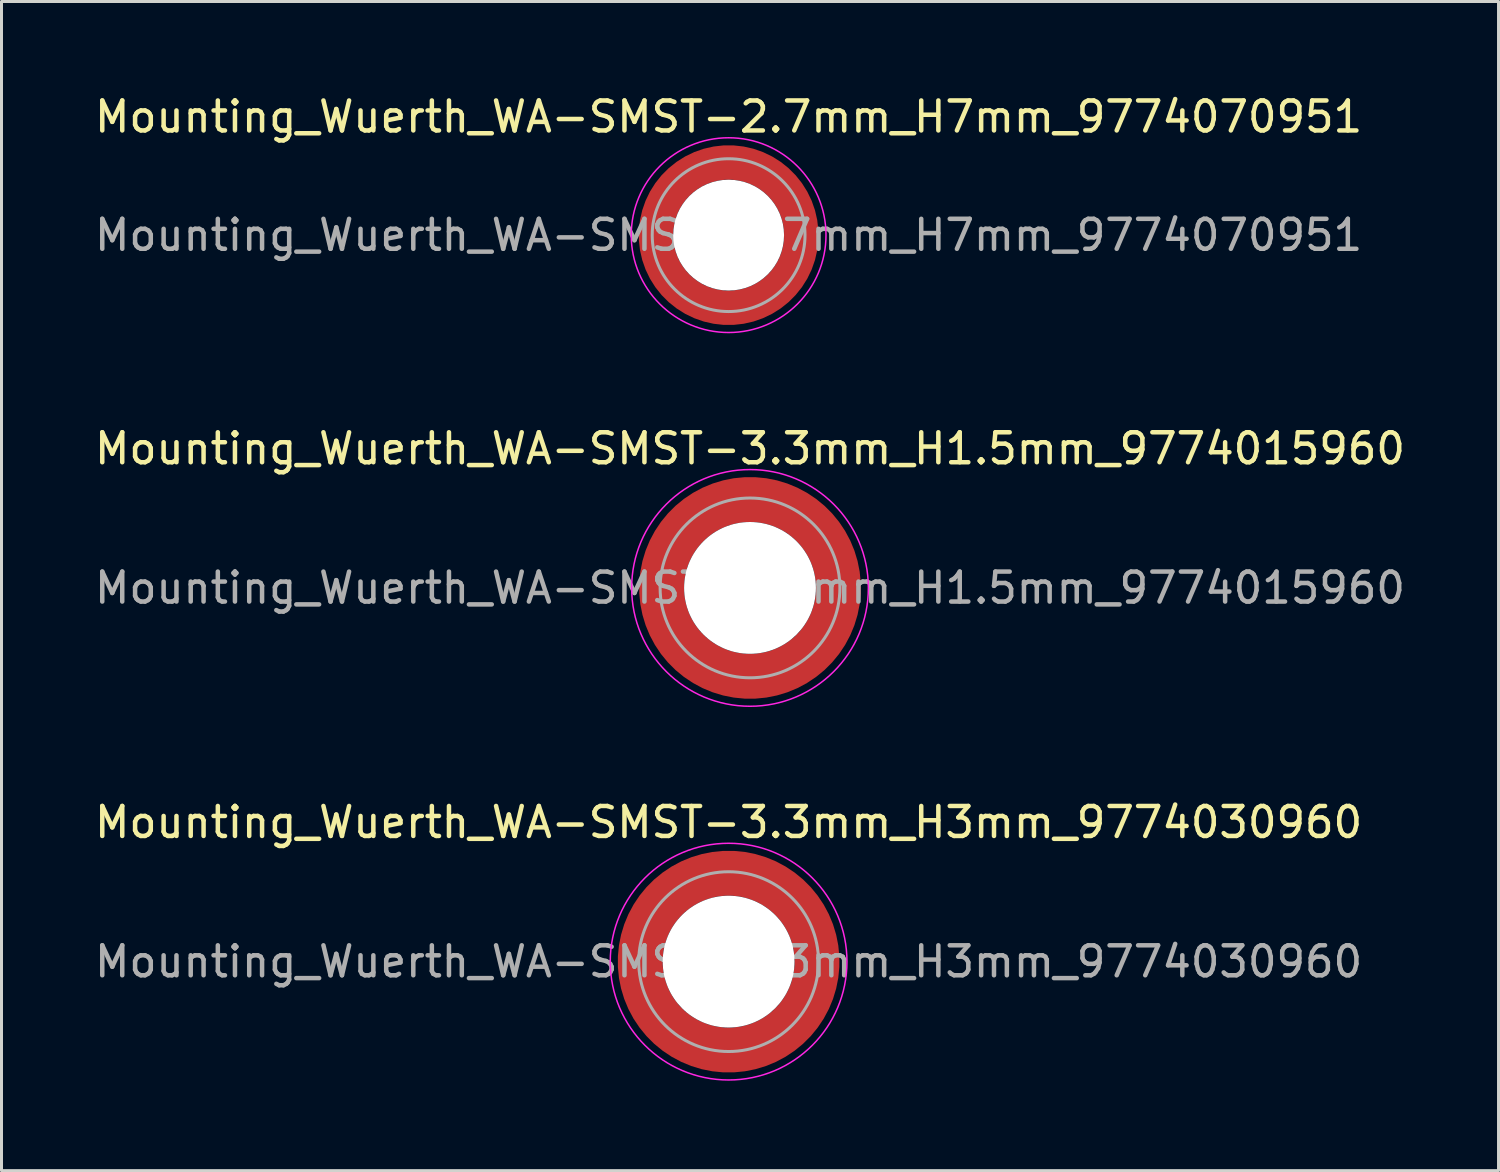
<source format=kicad_pcb>
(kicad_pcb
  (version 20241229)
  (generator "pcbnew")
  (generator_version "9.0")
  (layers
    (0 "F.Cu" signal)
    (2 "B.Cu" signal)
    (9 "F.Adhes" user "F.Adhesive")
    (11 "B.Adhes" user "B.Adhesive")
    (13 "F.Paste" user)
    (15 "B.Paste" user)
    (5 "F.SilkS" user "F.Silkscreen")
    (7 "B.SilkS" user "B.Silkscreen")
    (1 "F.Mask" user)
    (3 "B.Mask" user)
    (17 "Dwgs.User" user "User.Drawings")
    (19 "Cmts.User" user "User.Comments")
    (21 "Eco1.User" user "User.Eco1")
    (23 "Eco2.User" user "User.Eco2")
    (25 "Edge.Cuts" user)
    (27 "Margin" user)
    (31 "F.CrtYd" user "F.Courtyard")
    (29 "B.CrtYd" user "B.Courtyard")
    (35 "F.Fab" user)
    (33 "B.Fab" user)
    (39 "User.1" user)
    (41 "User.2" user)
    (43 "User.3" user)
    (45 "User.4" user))
  (footprint "Mounting_Wuerth_WA-SMST-3.3mm_H3mm_9774030960"
    (layer "F.Cu")
    (at 21.268 29.045)
    (property "Reference" "Mounting_Wuerth_WA-SMST-3.3mm_H3mm_9774030960" (at 0 -4.65 0) (layer "F.SilkS") (effects (font (size 1 1) (thickness 0.15))))
    (attr smd allow_soldermask_bridges)
    (fp_circle (center 0 0) (end 3.95 0) (stroke (width 0.05) (type solid)) (fill no) (layer "F.CrtYd"))
    (fp_circle (center 0 0) (end 3 0) (stroke (width 0.1) (type solid)) (fill no) (layer "F.Fab"))
    (fp_text user "${REFERENCE}" (at 0 0 0) (layer "F.Fab") (effects (font (size 1 1) (thickness 0.15))))
    (pad "" smd custom (at -2.058 -2.058) (size 0.55 0.55) (layers "F.Paste") (options (anchor circle)) (primitives (gr_arc (start -0.377294 1.707681) (mid 0.318198 0.318198) (end 1.707681 -0.377294) (width 0.2)) (gr_arc (start -0.478281 1.707681) (mid 0.247487 0.247487) (end 1.707681 -0.478281) (width 0.2)) (gr_arc (start -0.579192 1.707681) (mid 0.176777 0.176777) (end 1.707681 -0.579192) (width 0.2)) (gr_arc (start -0.680037 1.707681) (mid 0.106066 0.106066) (end 1.707681 -0.680037) (width 0.2)) (gr_arc (start -0.780822 1.707681) (mid 0.035355 0.035355) (end 1.707681 -0.780822) (width 0.2)) (gr_arc (start -0.881554 1.707681) (mid -0.035355 -0.035355) (end 1.707681 -0.881554) (width 0.2)) (gr_arc (start -0.982237 1.707681) (mid -0.106066 -0.106066) (end 1.707681 -0.982237) (width 0.2)) (gr_arc (start -1.082877 1.707681) (mid -0.176777 -0.176777) (end 1.707681 -1.082877) (width 0.2)) (gr_arc (start -1.183476 1.707681) (mid -0.247487 -0.247487) (end 1.707681 -1.183476) (width 0.2)) (gr_arc (start -1.28404 1.707681) (mid -0.318198 -0.318198) (end 1.707681 -1.28404) (width 0.2)) (gr_line (start 1.708 -0.377) (end 1.708 -1.284) (width 0.2)) (gr_line (start -0.377 1.708) (end -1.284 1.708) (width 0.2))))
    (pad "" smd custom (at -2.058 2.058) (size 0.55 0.55) (layers "F.Paste") (options (anchor circle)) (primitives (gr_arc (start 1.707681 0.377294) (mid 0.318198 -0.318198) (end -0.377294 -1.707681) (width 0.2)) (gr_arc (start 1.707681 0.478281) (mid 0.247487 -0.247487) (end -0.478281 -1.707681) (width 0.2)) (gr_arc (start 1.707681 0.579192) (mid 0.176777 -0.176777) (end -0.579192 -1.707681) (width 0.2)) (gr_arc (start 1.707681 0.680037) (mid 0.106066 -0.106066) (end -0.680037 -1.707681) (width 0.2)) (gr_arc (start 1.707681 0.780822) (mid 0.035355 -0.035355) (end -0.780822 -1.707681) (width 0.2)) (gr_arc (start 1.707681 0.881554) (mid -0.035355 0.035355) (end -0.881554 -1.707681) (width 0.2)) (gr_arc (start 1.707681 0.982237) (mid -0.106066 0.106066) (end -0.982237 -1.707681) (width 0.2)) (gr_arc (start 1.707681 1.082877) (mid -0.176777 0.176777) (end -1.082877 -1.707681) (width 0.2)) (gr_arc (start 1.707681 1.183476) (mid -0.247487 0.247487) (end -1.183476 -1.707681) (width 0.2)) (gr_arc (start 1.707681 1.28404) (mid -0.318198 0.318198) (end -1.28404 -1.707681) (width 0.2)) (gr_line (start -0.377 -1.708) (end -1.284 -1.708) (width 0.2)) (gr_line (start 1.708 0.377) (end 1.708 1.284) (width 0.2))))
    (pad "" np_thru_hole circle (at 0 0) (size 4.4 4.4) (drill 4.4) (layers "*.Cu" "*.Mask"))
    (pad "" smd custom (at 2.058 -2.058) (size 0.55 0.55) (layers "F.Paste") (options (anchor circle)) (primitives (gr_arc (start -1.707681 -0.377294) (mid -0.318198 0.318198) (end 0.377294 1.707681) (width 0.2)) (gr_arc (start -1.707681 -0.478281) (mid -0.247487 0.247487) (end 0.478281 1.707681) (width 0.2)) (gr_arc (start -1.707681 -0.579192) (mid -0.176777 0.176777) (end 0.579192 1.707681) (width 0.2)) (gr_arc (start -1.707681 -0.680037) (mid -0.106066 0.106066) (end 0.680037 1.707681) (width 0.2)) (gr_arc (start -1.707681 -0.780822) (mid -0.035355 0.035355) (end 0.780822 1.707681) (width 0.2)) (gr_arc (start -1.707681 -0.881554) (mid 0.035355 -0.035355) (end 0.881554 1.707681) (width 0.2)) (gr_arc (start -1.707681 -0.982237) (mid 0.106066 -0.106066) (end 0.982237 1.707681) (width 0.2)) (gr_arc (start -1.707681 -1.082877) (mid 0.176777 -0.176777) (end 1.082877 1.707681) (width 0.2)) (gr_arc (start -1.707681 -1.183476) (mid 0.247487 -0.247487) (end 1.183476 1.707681) (width 0.2)) (gr_arc (start -1.707681 -1.28404) (mid 0.318198 -0.318198) (end 1.28404 1.707681) (width 0.2)) (gr_line (start 0.377 1.708) (end 1.284 1.708) (width 0.2)) (gr_line (start -1.708 -0.377) (end -1.708 -1.284) (width 0.2))))
    (pad "" smd custom (at 2.058 2.058) (size 0.55 0.55) (layers "F.Paste") (options (anchor circle)) (primitives (gr_arc (start 0.377294 -1.707681) (mid -0.318198 -0.318198) (end -1.707681 0.377294) (width 0.2)) (gr_arc (start 0.478281 -1.707681) (mid -0.247487 -0.247487) (end -1.707681 0.478281) (width 0.2)) (gr_arc (start 0.579192 -1.707681) (mid -0.176777 -0.176777) (end -1.707681 0.579192) (width 0.2)) (gr_arc (start 0.680037 -1.707681) (mid -0.106066 -0.106066) (end -1.707681 0.680037) (width 0.2)) (gr_arc (start 0.780822 -1.707681) (mid -0.035355 -0.035355) (end -1.707681 0.780822) (width 0.2)) (gr_arc (start 0.881554 -1.707681) (mid 0.035355 0.035355) (end -1.707681 0.881554) (width 0.2)) (gr_arc (start 0.982237 -1.707681) (mid 0.106066 0.106066) (end -1.707681 0.982237) (width 0.2)) (gr_arc (start 1.082877 -1.707681) (mid 0.176777 0.176777) (end -1.707681 1.082877) (width 0.2)) (gr_arc (start 1.183476 -1.707681) (mid 0.247487 0.247487) (end -1.707681 1.183476) (width 0.2)) (gr_arc (start 1.28404 -1.707681) (mid 0.318198 0.318198) (end -1.707681 1.28404) (width 0.2)) (gr_line (start -1.708 0.377) (end -1.708 1.284) (width 0.2)) (gr_line (start 0.377 -1.708) (end 1.284 -1.708) (width 0.2))))
    (pad "1" smd circle (at -2.95 0) (size 0.992 0.992) (layers "F.Cu"))
    (pad "1" smd circle (at 0 -2.95) (size 0.992 0.992) (layers "F.Cu"))
    (pad "1" smd circle (at 0 2.95) (size 0.992 0.992) (layers "F.Cu"))
    (pad "1" smd custom (at 2.95 0) (size 1.5 1.5) (layers "F.Cu" "F.Mask") (options (anchor circle)) (primitives (gr_circle (center -2.95 0) (end 0 0) (width 1.5) (fill no)))))
  (footprint "Mounting_Wuerth_WA-SMST-2.7mm_H7mm_9774070951"
    (layer "F.Cu")
    (at 21.268 4.798)
    (property "Reference" "Mounting_Wuerth_WA-SMST-2.7mm_H7mm_9774070951" (at 0 -3.95 0) (layer "F.SilkS") (effects (font (size 1 1) (thickness 0.15))))
    (attr smd allow_soldermask_bridges)
    (fp_circle (center 0 0) (end 3.25 0) (stroke (width 0.05) (type solid)) (fill no) (layer "F.CrtYd"))
    (fp_circle (center 0 0) (end 2.55 0) (stroke (width 0.1) (type solid)) (fill no) (layer "F.Fab"))
    (fp_text user "${REFERENCE}" (at 0 0 0) (layer "F.Fab") (effects (font (size 1 1) (thickness 0.15))))
    (pad "" smd custom (at -1.704 -1.704) (size 0.51 0.51) (layers "F.Paste") (options (anchor circle)) (primitives (gr_arc (start -0.250195 1.279127) (mid 0.289914 0.289914) (end 1.279127 -0.250195) (width 0.2)) (gr_arc (start -0.34334 1.279127) (mid 0.225488 0.225488) (end 1.279127 -0.34334) (width 0.2)) (gr_arc (start -0.436309 1.279127) (mid 0.161063 0.161063) (end 1.279127 -0.436309) (width 0.2)) (gr_arc (start -0.529126 1.279127) (mid 0.096638 0.096638) (end 1.279127 -0.529126) (width 0.2)) (gr_arc (start -0.621807 1.279127) (mid 0.032213 0.032213) (end 1.279127 -0.621807) (width 0.2)) (gr_arc (start -0.71437 1.279127) (mid -0.032213 -0.032213) (end 1.279127 -0.71437) (width 0.2)) (gr_arc (start -0.806826 1.279127) (mid -0.096638 -0.096638) (end 1.279127 -0.806826) (width 0.2)) (gr_arc (start -0.899187 1.279127) (mid -0.161063 -0.161063) (end 1.279127 -0.899187) (width 0.2)) (gr_arc (start -0.991463 1.279127) (mid -0.225488 -0.225488) (end 1.279127 -0.991463) (width 0.2)) (gr_arc (start -1.083663 1.279127) (mid -0.289914 -0.289914) (end 1.279127 -1.083663) (width 0.2)) (gr_line (start 1.279 -0.25) (end 1.279 -1.084) (width 0.2)) (gr_line (start -0.25 1.279) (end -1.084 1.279) (width 0.2))))
    (pad "" smd custom (at -1.704 1.704) (size 0.51 0.51) (layers "F.Paste") (options (anchor circle)) (primitives (gr_arc (start 1.279127 0.250195) (mid 0.289914 -0.289914) (end -0.250195 -1.279127) (width 0.2)) (gr_arc (start 1.279127 0.34334) (mid 0.225488 -0.225488) (end -0.34334 -1.279127) (width 0.2)) (gr_arc (start 1.279127 0.436309) (mid 0.161063 -0.161063) (end -0.436309 -1.279127) (width 0.2)) (gr_arc (start 1.279127 0.529126) (mid 0.096638 -0.096638) (end -0.529126 -1.279127) (width 0.2)) (gr_arc (start 1.279127 0.621807) (mid 0.032213 -0.032213) (end -0.621807 -1.279127) (width 0.2)) (gr_arc (start 1.279127 0.71437) (mid -0.032213 0.032213) (end -0.71437 -1.279127) (width 0.2)) (gr_arc (start 1.279127 0.806826) (mid -0.096638 0.096638) (end -0.806826 -1.279127) (width 0.2)) (gr_arc (start 1.279127 0.899187) (mid -0.161063 0.161063) (end -0.899187 -1.279127) (width 0.2)) (gr_arc (start 1.279127 0.991463) (mid -0.225488 0.225488) (end -0.991463 -1.279127) (width 0.2)) (gr_arc (start 1.279127 1.083663) (mid -0.289914 0.289914) (end -1.083663 -1.279127) (width 0.2)) (gr_line (start -0.25 -1.279) (end -1.084 -1.279) (width 0.2)) (gr_line (start 1.279 0.25) (end 1.279 1.084) (width 0.2))))
    (pad "" np_thru_hole circle (at 0 0) (size 3.7 3.7) (drill 3.7) (layers "*.Cu" "*.Mask"))
    (pad "" smd custom (at 1.704 -1.704) (size 0.51 0.51) (layers "F.Paste") (options (anchor circle)) (primitives (gr_arc (start -1.279127 -0.250195) (mid -0.289914 0.289914) (end 0.250195 1.279127) (width 0.2)) (gr_arc (start -1.279127 -0.34334) (mid -0.225488 0.225488) (end 0.34334 1.279127) (width 0.2)) (gr_arc (start -1.279127 -0.436309) (mid -0.161063 0.161063) (end 0.436309 1.279127) (width 0.2)) (gr_arc (start -1.279127 -0.529126) (mid -0.096638 0.096638) (end 0.529126 1.279127) (width 0.2)) (gr_arc (start -1.279127 -0.621807) (mid -0.032213 0.032213) (end 0.621807 1.279127) (width 0.2)) (gr_arc (start -1.279127 -0.71437) (mid 0.032213 -0.032213) (end 0.71437 1.279127) (width 0.2)) (gr_arc (start -1.279127 -0.806826) (mid 0.096638 -0.096638) (end 0.806826 1.279127) (width 0.2)) (gr_arc (start -1.279127 -0.899187) (mid 0.161063 -0.161063) (end 0.899187 1.279127) (width 0.2)) (gr_arc (start -1.279127 -0.991463) (mid 0.225488 -0.225488) (end 0.991463 1.279127) (width 0.2)) (gr_arc (start -1.279127 -1.083663) (mid 0.289914 -0.289914) (end 1.083663 1.279127) (width 0.2)) (gr_line (start 0.25 1.279) (end 1.084 1.279) (width 0.2)) (gr_line (start -1.279 -0.25) (end -1.279 -1.084) (width 0.2))))
    (pad "" smd custom (at 1.704 1.704) (size 0.51 0.51) (layers "F.Paste") (options (anchor circle)) (primitives (gr_arc (start 0.250195 -1.279127) (mid -0.289914 -0.289914) (end -1.279127 0.250195) (width 0.2)) (gr_arc (start 0.34334 -1.279127) (mid -0.225488 -0.225488) (end -1.279127 0.34334) (width 0.2)) (gr_arc (start 0.436309 -1.279127) (mid -0.161063 -0.161063) (end -1.279127 0.436309) (width 0.2)) (gr_arc (start 0.529126 -1.279127) (mid -0.096638 -0.096638) (end -1.279127 0.529126) (width 0.2)) (gr_arc (start 0.621807 -1.279127) (mid -0.032213 -0.032213) (end -1.279127 0.621807) (width 0.2)) (gr_arc (start 0.71437 -1.279127) (mid 0.032213 0.032213) (end -1.279127 0.71437) (width 0.2)) (gr_arc (start 0.806826 -1.279127) (mid 0.096638 0.096638) (end -1.279127 0.806826) (width 0.2)) (gr_arc (start 0.899187 -1.279127) (mid 0.161063 0.161063) (end -1.279127 0.899187) (width 0.2)) (gr_arc (start 0.991463 -1.279127) (mid 0.225488 0.225488) (end -1.279127 0.991463) (width 0.2)) (gr_arc (start 1.083663 -1.279127) (mid 0.289914 0.289914) (end -1.279127 1.083663) (width 0.2)) (gr_line (start -1.279 0.25) (end -1.279 1.084) (width 0.2)) (gr_line (start 0.25 -1.279) (end 1.084 -1.279) (width 0.2))))
    (pad "1" smd circle (at -2.425 0) (size 0.642 0.642) (layers "F.Cu"))
    (pad "1" smd circle (at 0 -2.425) (size 0.642 0.642) (layers "F.Cu"))
    (pad "1" smd circle (at 0 2.425) (size 0.642 0.642) (layers "F.Cu"))
    (pad "1" smd custom (at 2.425 0) (size 1.15 1.15) (layers "F.Cu" "F.Mask") (options (anchor circle)) (primitives (gr_circle (center -2.425 0) (end 0 0) (width 1.15) (fill no)))))
  (footprint "Mounting_Wuerth_WA-SMST-3.3mm_H1.5mm_9774015960"
    (layer "F.Cu")
    (at 21.982 16.572)
    (property "Reference" "Mounting_Wuerth_WA-SMST-3.3mm_H1.5mm_9774015960" (at 0 -4.65 0) (layer "F.SilkS") (effects (font (size 1 1) (thickness 0.15))))
    (attr smd allow_soldermask_bridges)
    (fp_circle (center 0 0) (end 3.95 0) (stroke (width 0.05) (type solid)) (fill no) (layer "F.CrtYd"))
    (fp_circle (center 0 0) (end 3 0) (stroke (width 0.1) (type solid)) (fill no) (layer "F.Fab"))
    (fp_text user "${REFERENCE}" (at 0 0 0) (layer "F.Fab") (effects (font (size 1 1) (thickness 0.15))))
    (pad "" smd custom (at -2.058 -2.058) (size 0.55 0.55) (layers "F.Paste") (options (anchor circle)) (primitives (gr_arc (start -0.377294 1.707681) (mid 0.318198 0.318198) (end 1.707681 -0.377294) (width 0.2)) (gr_arc (start -0.478281 1.707681) (mid 0.247487 0.247487) (end 1.707681 -0.478281) (width 0.2)) (gr_arc (start -0.579192 1.707681) (mid 0.176777 0.176777) (end 1.707681 -0.579192) (width 0.2)) (gr_arc (start -0.680037 1.707681) (mid 0.106066 0.106066) (end 1.707681 -0.680037) (width 0.2)) (gr_arc (start -0.780822 1.707681) (mid 0.035355 0.035355) (end 1.707681 -0.780822) (width 0.2)) (gr_arc (start -0.881554 1.707681) (mid -0.035355 -0.035355) (end 1.707681 -0.881554) (width 0.2)) (gr_arc (start -0.982237 1.707681) (mid -0.106066 -0.106066) (end 1.707681 -0.982237) (width 0.2)) (gr_arc (start -1.082877 1.707681) (mid -0.176777 -0.176777) (end 1.707681 -1.082877) (width 0.2)) (gr_arc (start -1.183476 1.707681) (mid -0.247487 -0.247487) (end 1.707681 -1.183476) (width 0.2)) (gr_arc (start -1.28404 1.707681) (mid -0.318198 -0.318198) (end 1.707681 -1.28404) (width 0.2)) (gr_line (start 1.708 -0.377) (end 1.708 -1.284) (width 0.2)) (gr_line (start -0.377 1.708) (end -1.284 1.708) (width 0.2))))
    (pad "" smd custom (at -2.058 2.058) (size 0.55 0.55) (layers "F.Paste") (options (anchor circle)) (primitives (gr_arc (start 1.707681 0.377294) (mid 0.318198 -0.318198) (end -0.377294 -1.707681) (width 0.2)) (gr_arc (start 1.707681 0.478281) (mid 0.247487 -0.247487) (end -0.478281 -1.707681) (width 0.2)) (gr_arc (start 1.707681 0.579192) (mid 0.176777 -0.176777) (end -0.579192 -1.707681) (width 0.2)) (gr_arc (start 1.707681 0.680037) (mid 0.106066 -0.106066) (end -0.680037 -1.707681) (width 0.2)) (gr_arc (start 1.707681 0.780822) (mid 0.035355 -0.035355) (end -0.780822 -1.707681) (width 0.2)) (gr_arc (start 1.707681 0.881554) (mid -0.035355 0.035355) (end -0.881554 -1.707681) (width 0.2)) (gr_arc (start 1.707681 0.982237) (mid -0.106066 0.106066) (end -0.982237 -1.707681) (width 0.2)) (gr_arc (start 1.707681 1.082877) (mid -0.176777 0.176777) (end -1.082877 -1.707681) (width 0.2)) (gr_arc (start 1.707681 1.183476) (mid -0.247487 0.247487) (end -1.183476 -1.707681) (width 0.2)) (gr_arc (start 1.707681 1.28404) (mid -0.318198 0.318198) (end -1.28404 -1.707681) (width 0.2)) (gr_line (start -0.377 -1.708) (end -1.284 -1.708) (width 0.2)) (gr_line (start 1.708 0.377) (end 1.708 1.284) (width 0.2))))
    (pad "" np_thru_hole circle (at 0 0) (size 4.4 4.4) (drill 4.4) (layers "*.Cu" "*.Mask"))
    (pad "" smd custom (at 2.058 -2.058) (size 0.55 0.55) (layers "F.Paste") (options (anchor circle)) (primitives (gr_arc (start -1.707681 -0.377294) (mid -0.318198 0.318198) (end 0.377294 1.707681) (width 0.2)) (gr_arc (start -1.707681 -0.478281) (mid -0.247487 0.247487) (end 0.478281 1.707681) (width 0.2)) (gr_arc (start -1.707681 -0.579192) (mid -0.176777 0.176777) (end 0.579192 1.707681) (width 0.2)) (gr_arc (start -1.707681 -0.680037) (mid -0.106066 0.106066) (end 0.680037 1.707681) (width 0.2)) (gr_arc (start -1.707681 -0.780822) (mid -0.035355 0.035355) (end 0.780822 1.707681) (width 0.2)) (gr_arc (start -1.707681 -0.881554) (mid 0.035355 -0.035355) (end 0.881554 1.707681) (width 0.2)) (gr_arc (start -1.707681 -0.982237) (mid 0.106066 -0.106066) (end 0.982237 1.707681) (width 0.2)) (gr_arc (start -1.707681 -1.082877) (mid 0.176777 -0.176777) (end 1.082877 1.707681) (width 0.2)) (gr_arc (start -1.707681 -1.183476) (mid 0.247487 -0.247487) (end 1.183476 1.707681) (width 0.2)) (gr_arc (start -1.707681 -1.28404) (mid 0.318198 -0.318198) (end 1.28404 1.707681) (width 0.2)) (gr_line (start 0.377 1.708) (end 1.284 1.708) (width 0.2)) (gr_line (start -1.708 -0.377) (end -1.708 -1.284) (width 0.2))))
    (pad "" smd custom (at 2.058 2.058) (size 0.55 0.55) (layers "F.Paste") (options (anchor circle)) (primitives (gr_arc (start 0.377294 -1.707681) (mid -0.318198 -0.318198) (end -1.707681 0.377294) (width 0.2)) (gr_arc (start 0.478281 -1.707681) (mid -0.247487 -0.247487) (end -1.707681 0.478281) (width 0.2)) (gr_arc (start 0.579192 -1.707681) (mid -0.176777 -0.176777) (end -1.707681 0.579192) (width 0.2)) (gr_arc (start 0.680037 -1.707681) (mid -0.106066 -0.106066) (end -1.707681 0.680037) (width 0.2)) (gr_arc (start 0.780822 -1.707681) (mid -0.035355 -0.035355) (end -1.707681 0.780822) (width 0.2)) (gr_arc (start 0.881554 -1.707681) (mid 0.035355 0.035355) (end -1.707681 0.881554) (width 0.2)) (gr_arc (start 0.982237 -1.707681) (mid 0.106066 0.106066) (end -1.707681 0.982237) (width 0.2)) (gr_arc (start 1.082877 -1.707681) (mid 0.176777 0.176777) (end -1.707681 1.082877) (width 0.2)) (gr_arc (start 1.183476 -1.707681) (mid 0.247487 0.247487) (end -1.707681 1.183476) (width 0.2)) (gr_arc (start 1.28404 -1.707681) (mid 0.318198 0.318198) (end -1.707681 1.28404) (width 0.2)) (gr_line (start -1.708 0.377) (end -1.708 1.284) (width 0.2)) (gr_line (start 0.377 -1.708) (end 1.284 -1.708) (width 0.2))))
    (pad "1" smd circle (at -2.95 0) (size 0.992 0.992) (layers "F.Cu"))
    (pad "1" smd circle (at 0 -2.95) (size 0.992 0.992) (layers "F.Cu"))
    (pad "1" smd circle (at 0 2.95) (size 0.992 0.992) (layers "F.Cu"))
    (pad "1" smd custom (at 2.95 0) (size 1.5 1.5) (layers "F.Cu" "F.Mask") (options (anchor circle)) (primitives (gr_circle (center -2.95 0) (end 0 0) (width 1.5) (fill no)))))
  (gr_rect
    (start -3 -3)
    (end 46.964 36.02)
    (stroke (width 0.1) (type default))
    (fill no)
    (layer "Edge.Cuts")))
</source>
